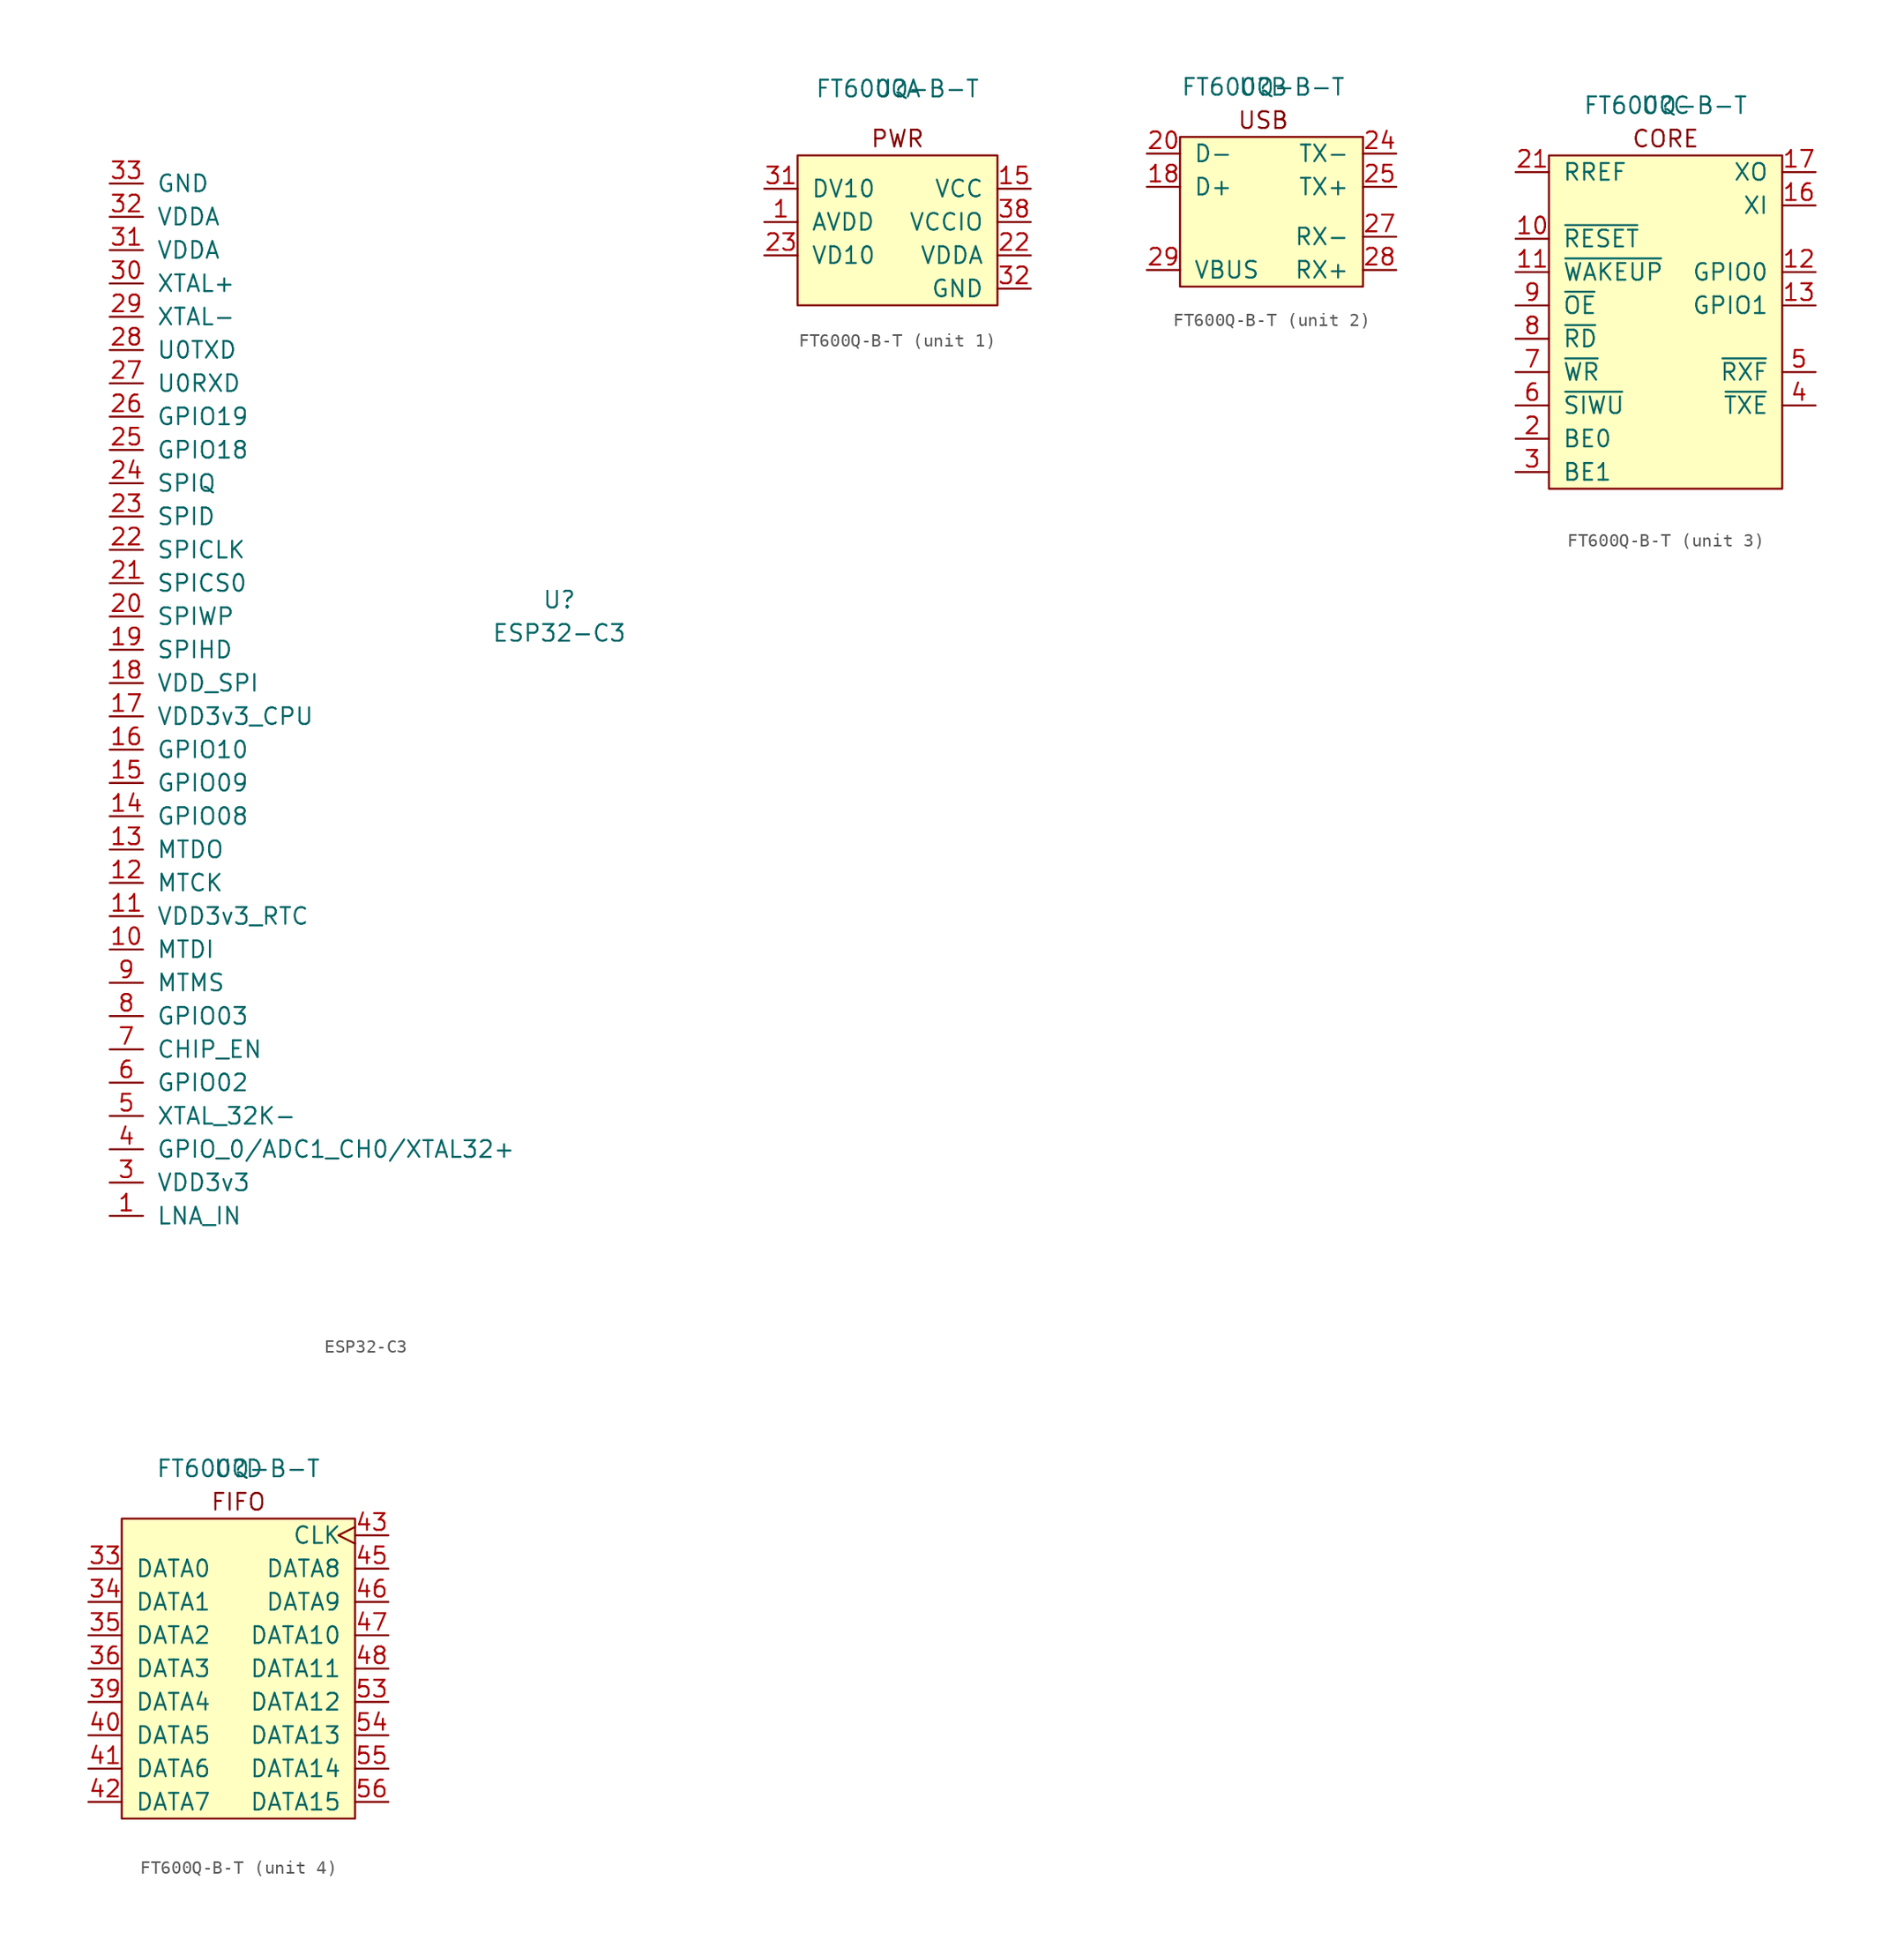
<source format=kicad_sym>
(kicad_symbol_lib
  (version 20201005)
  (generator kicad_symbol_editor)
  (symbol "lethalbit:ESP32-C3"
    (pin_names
      (offset 1.016))
    (property "Reference" "U"
      (at 0 8.89 0)
      (effects (font (size 1.27 1.27))))
    (property "Value" "ESP32-C3"
      (at 0 6.35 0)
      (effects (font (size 1.27 1.27))))
    (symbol "ESP32-C3_1_1"
      (pin bidirectional line (at -34.29 -38.1 0) (length 2.54) (name "LNA_IN" (effects (font (size 1.27 1.27)))) (number "1" (effects (font (size 1.27 1.27)))))
      (pin bidirectional line (at -34.29 -17.78 0) (length 2.54) (name "MTDI" (effects (font (size 1.27 1.27)))) (number "10" (effects (font (size 1.27 1.27)))))
      (pin bidirectional line (at -34.29 -15.24 0) (length 2.54) (name "VDD3v3_RTC" (effects (font (size 1.27 1.27)))) (number "11" (effects (font (size 1.27 1.27)))))
      (pin bidirectional line (at -34.29 -12.7 0) (length 2.54) (name "MTCK" (effects (font (size 1.27 1.27)))) (number "12" (effects (font (size 1.27 1.27)))))
      (pin bidirectional line (at -34.29 -10.16 0) (length 2.54) (name "MTDO" (effects (font (size 1.27 1.27)))) (number "13" (effects (font (size 1.27 1.27)))))
      (pin bidirectional line (at -34.29 -7.62 0) (length 2.54) (name "GPIO08" (effects (font (size 1.27 1.27)))) (number "14" (effects (font (size 1.27 1.27)))))
      (pin bidirectional line (at -34.29 -5.08 0) (length 2.54) (name "GPIO09" (effects (font (size 1.27 1.27)))) (number "15" (effects (font (size 1.27 1.27)))))
      (pin bidirectional line (at -34.29 -2.54 0) (length 2.54) (name "GPIO10" (effects (font (size 1.27 1.27)))) (number "16" (effects (font (size 1.27 1.27)))))
      (pin bidirectional line (at -34.29 0 0) (length 2.54) (name "VDD3v3_CPU" (effects (font (size 1.27 1.27)))) (number "17" (effects (font (size 1.27 1.27)))))
      (pin bidirectional line (at -34.29 2.54 0) (length 2.54) (name "VDD_SPI" (effects (font (size 1.27 1.27)))) (number "18" (effects (font (size 1.27 1.27)))))
      (pin bidirectional line (at -34.29 5.08 0) (length 2.54) (name "SPIHD" (effects (font (size 1.27 1.27)))) (number "19" (effects (font (size 1.27 1.27)))))
      (pin passive line (at -34.29 -35.56 0) (length 2.54) hide (name "VDD3v3" (effects (font (size 1.27 1.27)))) (number "2" (effects (font (size 1.27 1.27)))))
      (pin bidirectional line (at -34.29 7.62 0) (length 2.54) (name "SPIWP" (effects (font (size 1.27 1.27)))) (number "20" (effects (font (size 1.27 1.27)))))
      (pin bidirectional line (at -34.29 10.16 0) (length 2.54) (name "SPICS0" (effects (font (size 1.27 1.27)))) (number "21" (effects (font (size 1.27 1.27)))))
      (pin bidirectional line (at -34.29 12.7 0) (length 2.54) (name "SPICLK" (effects (font (size 1.27 1.27)))) (number "22" (effects (font (size 1.27 1.27)))))
      (pin bidirectional line (at -34.29 15.24 0) (length 2.54) (name "SPID" (effects (font (size 1.27 1.27)))) (number "23" (effects (font (size 1.27 1.27)))))
      (pin bidirectional line (at -34.29 17.78 0) (length 2.54) (name "SPIQ" (effects (font (size 1.27 1.27)))) (number "24" (effects (font (size 1.27 1.27)))))
      (pin bidirectional line (at -34.29 20.32 0) (length 2.54) (name "GPIO18" (effects (font (size 1.27 1.27)))) (number "25" (effects (font (size 1.27 1.27)))))
      (pin bidirectional line (at -34.29 22.86 0) (length 2.54) (name "GPIO19" (effects (font (size 1.27 1.27)))) (number "26" (effects (font (size 1.27 1.27)))))
      (pin input line (at -34.29 25.4 0) (length 2.54) (name "U0RXD" (effects (font (size 1.27 1.27)))) (number "27" (effects (font (size 1.27 1.27)))))
      (pin output line (at -34.29 27.94 0) (length 2.54) (name "U0TXD" (effects (font (size 1.27 1.27)))) (number "28" (effects (font (size 1.27 1.27)))))
      (pin passive line (at -34.29 30.48 0) (length 2.54) (name "XTAL-" (effects (font (size 1.27 1.27)))) (number "29" (effects (font (size 1.27 1.27)))))
      (pin power_in line (at -34.29 -35.56 0) (length 2.54) (name "VDD3v3" (effects (font (size 1.27 1.27)))) (number "3" (effects (font (size 1.27 1.27)))))
      (pin passive line (at -34.29 33.02 0) (length 2.54) (name "XTAL+" (effects (font (size 1.27 1.27)))) (number "30" (effects (font (size 1.27 1.27)))))
      (pin power_in line (at -34.29 35.56 0) (length 2.54) (name "VDDA" (effects (font (size 1.27 1.27)))) (number "31" (effects (font (size 1.27 1.27)))))
      (pin power_in line (at -34.29 38.1 0) (length 2.54) (name "VDDA" (effects (font (size 1.27 1.27)))) (number "32" (effects (font (size 1.27 1.27)))))
      (pin bidirectional line (at -34.29 40.64 0) (length 2.54) (name "GND" (effects (font (size 1.27 1.27)))) (number "33" (effects (font (size 1.27 1.27)))))
      (pin bidirectional line (at -34.29 -33.02 0) (length 2.54) (name "GPIO_0/ADC1_CH0/XTAL32+" (effects (font (size 1.27 1.27)))) (number "4" (effects (font (size 1.27 1.27)))))
      (pin bidirectional line (at -34.29 -30.48 0) (length 2.54) (name "XTAL_32K-" (effects (font (size 1.27 1.27)))) (number "5" (effects (font (size 1.27 1.27)))))
      (pin bidirectional line (at -34.29 -27.94 0) (length 2.54) (name "GPIO02" (effects (font (size 1.27 1.27)))) (number "6" (effects (font (size 1.27 1.27)))))
      (pin bidirectional line (at -34.29 -25.4 0) (length 2.54) (name "CHIP_EN" (effects (font (size 1.27 1.27)))) (number "7" (effects (font (size 1.27 1.27)))))
      (pin bidirectional line (at -34.29 -22.86 0) (length 2.54) (name "GPIO03" (effects (font (size 1.27 1.27)))) (number "8" (effects (font (size 1.27 1.27)))))
      (pin bidirectional line (at -34.29 -20.32 0) (length 2.54) (name "MTMS" (effects (font (size 1.27 1.27)))) (number "9" (effects (font (size 1.27 1.27)))))))
  (symbol "lethalbit:FT600Q-B-T"
    (pin_names
      (offset 1.016))
    (property "Reference" "U"
      (at 0 5.08 0)
      (effects (font (size 1.27 1.27))))
    (property "Value" "FT600Q-B-T"
      (at 0 5.08 0)
      (effects (font (size 1.27 1.27))))
    (property "ki_locked" ""
      (at 0 0 0)
      (effects (font (size 1.27 1.27))))
    (symbol "FT600Q-B-T_1_0"
      (text "PWR" (at 0 1.27 0) (effects (font (size 1.27 1.27))))
      (rectangle (start -7.62 0) (end 7.62 -11.43) (stroke (width 0)) (fill (type background))))
    (symbol "FT600Q-B-T_1_1"
      (pin power_in line (at -10.16 -5.08 0) (length 2.54) (name "AVDD" (effects (font (size 1.27 1.27)))) (number "1" (effects (font (size 1.27 1.27)))))
      (pin power_in line (at 10.16 -2.54 180) (length 2.54) (name "VCC" (effects (font (size 1.27 1.27)))) (number "15" (effects (font (size 1.27 1.27)))))
      (pin passive line (at 10.16 -2.54 180) (length 2.54) hide (name "VCC" (effects (font (size 1.27 1.27)))) (number "19" (effects (font (size 1.27 1.27)))))
      (pin power_in line (at 10.16 -7.62 180) (length 2.54) (name "VDDA" (effects (font (size 1.27 1.27)))) (number "22" (effects (font (size 1.27 1.27)))))
      (pin power_in line (at -10.16 -7.62 0) (length 2.54) (name "VD10" (effects (font (size 1.27 1.27)))) (number "23" (effects (font (size 1.27 1.27)))))
      (pin passive line (at -10.16 -7.62 0) (length 2.54) hide (name "VD10" (effects (font (size 1.27 1.27)))) (number "26" (effects (font (size 1.27 1.27)))))
      (pin passive line (at 10.16 -2.54 180) (length 2.54) hide (name "VCC" (effects (font (size 1.27 1.27)))) (number "30" (effects (font (size 1.27 1.27)))))
      (pin power_out line (at -10.16 -2.54 0) (length 2.54) (name "DV10" (effects (font (size 1.27 1.27)))) (number "31" (effects (font (size 1.27 1.27)))))
      (pin passive line (at 10.16 -10.16 180) (length 2.54) (name "GND" (effects (font (size 1.27 1.27)))) (number "32" (effects (font (size 1.27 1.27)))))
      (pin passive line (at -10.16 -7.62 0) (length 2.54) hide (name "VD10" (effects (font (size 1.27 1.27)))) (number "37" (effects (font (size 1.27 1.27)))))
      (pin power_in line (at 10.16 -5.08 180) (length 2.54) (name "VCCIO" (effects (font (size 1.27 1.27)))) (number "38" (effects (font (size 1.27 1.27)))))
      (pin passive line (at 10.16 -5.08 180) (length 2.54) hide (name "VCCIO" (effects (font (size 1.27 1.27)))) (number "44" (effects (font (size 1.27 1.27)))))
      (pin passive line (at 10.16 -10.16 180) (length 2.54) hide (name "GND" (effects (font (size 1.27 1.27)))) (number "49" (effects (font (size 1.27 1.27)))))
      (pin passive line (at -10.16 -7.62 0) (length 2.54) hide (name "VD10" (effects (font (size 1.27 1.27)))) (number "50" (effects (font (size 1.27 1.27)))))
      (pin passive line (at 10.16 -10.16 180) (length 2.54) hide (name "GND" (effects (font (size 1.27 1.27)))) (number "51" (effects (font (size 1.27 1.27)))))
      (pin passive line (at 10.16 -5.08 180) (length 2.54) hide (name "VCCIO" (effects (font (size 1.27 1.27)))) (number "52" (effects (font (size 1.27 1.27)))))
      (pin passive line (at 10.16 -10.16 180) (length 2.54) hide (name "GND" (effects (font (size 1.27 1.27)))) (number "57" (effects (font (size 1.27 1.27))))))
    (symbol "FT600Q-B-T_2_0"
      (text "USB" (at 0 2.54 0) (effects (font (size 1.27 1.27))))
      (rectangle (start -6.35 1.27) (end 7.62 -10.16) (stroke (width 0)) (fill (type background))))
    (symbol "FT600Q-B-T_2_1"
      (pin passive line (at -8.89 -2.54 0) (length 2.54) (name "D+" (effects (font (size 1.27 1.27)))) (number "18" (effects (font (size 1.27 1.27)))))
      (pin passive line (at -8.89 0 0) (length 2.54) (name "D-" (effects (font (size 1.27 1.27)))) (number "20" (effects (font (size 1.27 1.27)))))
      (pin passive line (at 10.16 0 180) (length 2.54) (name "TX-" (effects (font (size 1.27 1.27)))) (number "24" (effects (font (size 1.27 1.27)))))
      (pin passive line (at 10.16 -2.54 180) (length 2.54) (name "TX+" (effects (font (size 1.27 1.27)))) (number "25" (effects (font (size 1.27 1.27)))))
      (pin passive line (at 10.16 -6.35 180) (length 2.54) (name "RX-" (effects (font (size 1.27 1.27)))) (number "27" (effects (font (size 1.27 1.27)))))
      (pin passive line (at 10.16 -8.89 180) (length 2.54) (name "RX+" (effects (font (size 1.27 1.27)))) (number "28" (effects (font (size 1.27 1.27)))))
      (pin input line (at -8.89 -8.89 0) (length 2.54) (name "VBUS" (effects (font (size 1.27 1.27)))) (number "29" (effects (font (size 1.27 1.27))))))
    (symbol "FT600Q-B-T_3_0"
      (text "CORE" (at 0 2.54 0) (effects (font (size 1.27 1.27))))
      (rectangle (start -8.89 1.27) (end 8.89 -24.13) (stroke (width 0)) (fill (type background))))
    (symbol "FT600Q-B-T_3_1"
      (pin input line (at -11.43 -5.08 0) (length 2.54) (name "~RESET" (effects (font (size 1.27 1.27)))) (number "10" (effects (font (size 1.27 1.27)))))
      (pin bidirectional line (at -11.43 -7.62 0) (length 2.54) (name "~WAKEUP" (effects (font (size 1.27 1.27)))) (number "11" (effects (font (size 1.27 1.27)))))
      (pin bidirectional line (at 11.43 -7.62 180) (length 2.54) (name "GPIO0" (effects (font (size 1.27 1.27)))) (number "12" (effects (font (size 1.27 1.27)))))
      (pin bidirectional line (at 11.43 -10.16 180) (length 2.54) (name "GPIO1" (effects (font (size 1.27 1.27)))) (number "13" (effects (font (size 1.27 1.27)))))
      (pin no_connect non_logic (at -11.43 -2.54 0) (length 2.54) hide (name "NC" (effects (font (size 1.27 1.27)))) (number "14" (effects (font (size 1.27 1.27)))))
      (pin passive line (at 11.43 -2.54 180) (length 2.54) (name "XI" (effects (font (size 1.27 1.27)))) (number "16" (effects (font (size 1.27 1.27)))))
      (pin passive line (at 11.43 0 180) (length 2.54) (name "XO" (effects (font (size 1.27 1.27)))) (number "17" (effects (font (size 1.27 1.27)))))
      (pin bidirectional line (at -11.43 -20.32 0) (length 2.54) (name "BE0" (effects (font (size 1.27 1.27)))) (number "2" (effects (font (size 1.27 1.27)))))
      (pin passive line (at -11.43 0 0) (length 2.54) (name "RREF" (effects (font (size 1.27 1.27)))) (number "21" (effects (font (size 1.27 1.27)))))
      (pin bidirectional line (at -11.43 -22.86 0) (length 2.54) (name "BE1" (effects (font (size 1.27 1.27)))) (number "3" (effects (font (size 1.27 1.27)))))
      (pin output line (at 11.43 -17.78 180) (length 2.54) (name "~TXE" (effects (font (size 1.27 1.27)))) (number "4" (effects (font (size 1.27 1.27)))))
      (pin output line (at 11.43 -15.24 180) (length 2.54) (name "~RXF" (effects (font (size 1.27 1.27)))) (number "5" (effects (font (size 1.27 1.27)))))
      (pin input line (at -11.43 -17.78 0) (length 2.54) (name "~SIWU" (effects (font (size 1.27 1.27)))) (number "6" (effects (font (size 1.27 1.27)))))
      (pin input line (at -11.43 -15.24 0) (length 2.54) (name "~WR" (effects (font (size 1.27 1.27)))) (number "7" (effects (font (size 1.27 1.27)))))
      (pin input line (at -11.43 -12.7 0) (length 2.54) (name "~RD" (effects (font (size 1.27 1.27)))) (number "8" (effects (font (size 1.27 1.27)))))
      (pin input line (at -11.43 -10.16 0) (length 2.54) (name "~OE" (effects (font (size 1.27 1.27)))) (number "9" (effects (font (size 1.27 1.27))))))
    (symbol "FT600Q-B-T_4_0"
      (text "FIFO" (at 0 2.54 0) (effects (font (size 1.27 1.27))))
      (rectangle (start -8.89 1.27) (end 8.89 -21.59) (stroke (width 0)) (fill (type background))))
    (symbol "FT600Q-B-T_4_1"
      (pin bidirectional line (at -11.43 -2.54 0) (length 2.54) (name "DATA0" (effects (font (size 1.27 1.27)))) (number "33" (effects (font (size 1.27 1.27)))))
      (pin bidirectional line (at -11.43 -5.08 0) (length 2.54) (name "DATA1" (effects (font (size 1.27 1.27)))) (number "34" (effects (font (size 1.27 1.27)))))
      (pin bidirectional line (at -11.43 -7.62 0) (length 2.54) (name "DATA2" (effects (font (size 1.27 1.27)))) (number "35" (effects (font (size 1.27 1.27)))))
      (pin bidirectional line (at -11.43 -10.16 0) (length 2.54) (name "DATA3" (effects (font (size 1.27 1.27)))) (number "36" (effects (font (size 1.27 1.27)))))
      (pin bidirectional line (at -11.43 -12.7 0) (length 2.54) (name "DATA4" (effects (font (size 1.27 1.27)))) (number "39" (effects (font (size 1.27 1.27)))))
      (pin bidirectional line (at -11.43 -15.24 0) (length 2.54) (name "DATA5" (effects (font (size 1.27 1.27)))) (number "40" (effects (font (size 1.27 1.27)))))
      (pin bidirectional line (at -11.43 -17.78 0) (length 2.54) (name "DATA6" (effects (font (size 1.27 1.27)))) (number "41" (effects (font (size 1.27 1.27)))))
      (pin bidirectional line (at -11.43 -20.32 0) (length 2.54) (name "DATA7" (effects (font (size 1.27 1.27)))) (number "42" (effects (font (size 1.27 1.27)))))
      (pin output clock (at 11.43 0 180) (length 2.54) (name "CLK" (effects (font (size 1.27 1.27)))) (number "43" (effects (font (size 1.27 1.27)))))
      (pin bidirectional line (at 11.43 -2.54 180) (length 2.54) (name "DATA8" (effects (font (size 1.27 1.27)))) (number "45" (effects (font (size 1.27 1.27)))))
      (pin bidirectional line (at 11.43 -5.08 180) (length 2.54) (name "DATA9" (effects (font (size 1.27 1.27)))) (number "46" (effects (font (size 1.27 1.27)))))
      (pin bidirectional line (at 11.43 -7.62 180) (length 2.54) (name "DATA10" (effects (font (size 1.27 1.27)))) (number "47" (effects (font (size 1.27 1.27)))))
      (pin bidirectional line (at 11.43 -10.16 180) (length 2.54) (name "DATA11" (effects (font (size 1.27 1.27)))) (number "48" (effects (font (size 1.27 1.27)))))
      (pin bidirectional line (at 11.43 -12.7 180) (length 2.54) (name "DATA12" (effects (font (size 1.27 1.27)))) (number "53" (effects (font (size 1.27 1.27)))))
      (pin bidirectional line (at 11.43 -15.24 180) (length 2.54) (name "DATA13" (effects (font (size 1.27 1.27)))) (number "54" (effects (font (size 1.27 1.27)))))
      (pin bidirectional line (at 11.43 -17.78 180) (length 2.54) (name "DATA14" (effects (font (size 1.27 1.27)))) (number "55" (effects (font (size 1.27 1.27)))))
      (pin bidirectional line (at 11.43 -20.32 180) (length 2.54) (name "DATA15" (effects (font (size 1.27 1.27)))) (number "56" (effects (font (size 1.27 1.27))))))))
</source>
